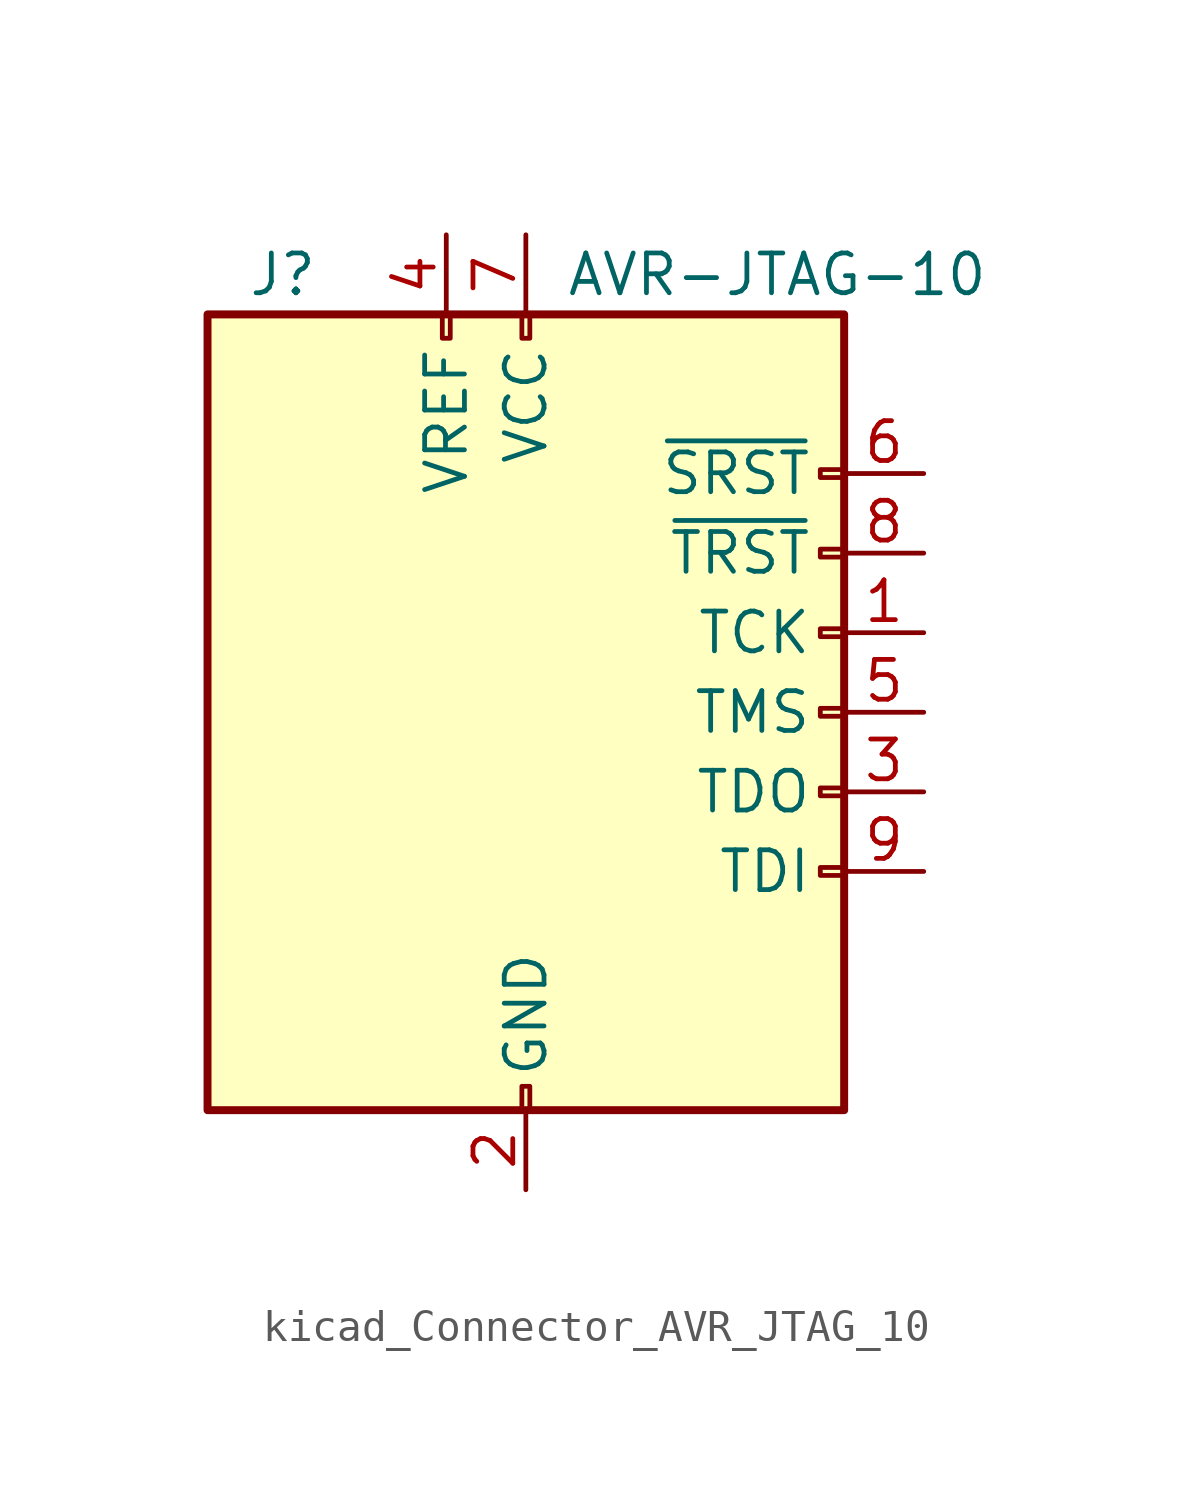
<source format=kicad_sym>
(kicad_symbol_lib
  (version 20220914)
  (generator kicad_symbol_editor)
  (symbol "kicad_Connector_AVR_JTAG_10"
    (pin_names
      (offset 1.016))
    (property "Reference" "J"
      (at -8.89 13.97 0)
      (effects (font (size 1.27 1.27)) (justify left)))
    (property "Value" "AVR-JTAG-10"
      (at 1.27 13.97 0)
      (effects (font (size 1.27 1.27)) (justify left)))
    (symbol "kicad_Connector_AVR_JTAG_10_0_1"
      (rectangle (start -2.667 12.7) (end -2.413 11.938) (stroke (width 0) (type default)) (fill (type none)))
      (rectangle (start -0.127 -11.938) (end 0.127 -12.7) (stroke (width 0) (type default)) (fill (type none)))
      (rectangle (start -0.127 12.7) (end 0.127 11.938) (stroke (width 0) (type default)) (fill (type none)))
      (rectangle (start 10.16 -4.953) (end 9.398 -5.207) (stroke (width 0) (type default)) (fill (type none)))
      (rectangle (start 10.16 -2.413) (end 9.398 -2.667) (stroke (width 0) (type default)) (fill (type none)))
      (rectangle (start 10.16 0.127) (end 9.398 -0.127) (stroke (width 0) (type default)) (fill (type none)))
      (rectangle (start 10.16 2.667) (end 9.398 2.413) (stroke (width 0) (type default)) (fill (type none)))
      (rectangle (start 10.16 5.207) (end 9.398 4.953) (stroke (width 0) (type default)) (fill (type none)))
      (rectangle (start 10.16 7.747) (end 9.398 7.493) (stroke (width 0) (type default)) (fill (type none)))
      (rectangle (start 10.16 12.7) (end -10.16 -12.7) (stroke (width 0.254) (type default)) (fill (type background))))
    (symbol "kicad_Connector_AVR_JTAG_10_1_1"
      (pin passive line (at 12.7 2.54 180) (length 2.54) (name "TCK" (effects (font (size 1.27 1.27)))) (number "1" (effects (font (size 1.27 1.27)))))
      (pin passive line (at 0 -15.24 90) (length 2.54) hide (name "GND" (effects (font (size 1.27 1.27)))) (number "10" (effects (font (size 1.27 1.27)))))
      (pin passive line (at 0 -15.24 90) (length 2.54) (name "GND" (effects (font (size 1.27 1.27)))) (number "2" (effects (font (size 1.27 1.27)))))
      (pin passive line (at 12.7 -2.54 180) (length 2.54) (name "TDO" (effects (font (size 1.27 1.27)))) (number "3" (effects (font (size 1.27 1.27)))))
      (pin passive line (at -2.54 15.24 270) (length 2.54) (name "VREF" (effects (font (size 1.27 1.27)))) (number "4" (effects (font (size 1.27 1.27)))))
      (pin passive line (at 12.7 0 180) (length 2.54) (name "TMS" (effects (font (size 1.27 1.27)))) (number "5" (effects (font (size 1.27 1.27)))))
      (pin passive line (at 12.7 7.62 180) (length 2.54) (name "~{SRST}" (effects (font (size 1.27 1.27)))) (number "6" (effects (font (size 1.27 1.27)))))
      (pin passive line (at 0 15.24 270) (length 2.54) (name "VCC" (effects (font (size 1.27 1.27)))) (number "7" (effects (font (size 1.27 1.27)))))
      (pin passive line (at 12.7 5.08 180) (length 2.54) (name "~{TRST}" (effects (font (size 1.27 1.27)))) (number "8" (effects (font (size 1.27 1.27)))))
      (pin passive line (at 12.7 -5.08 180) (length 2.54) (name "TDI" (effects (font (size 1.27 1.27)))) (number "9" (effects (font (size 1.27 1.27))))))))
</source>
